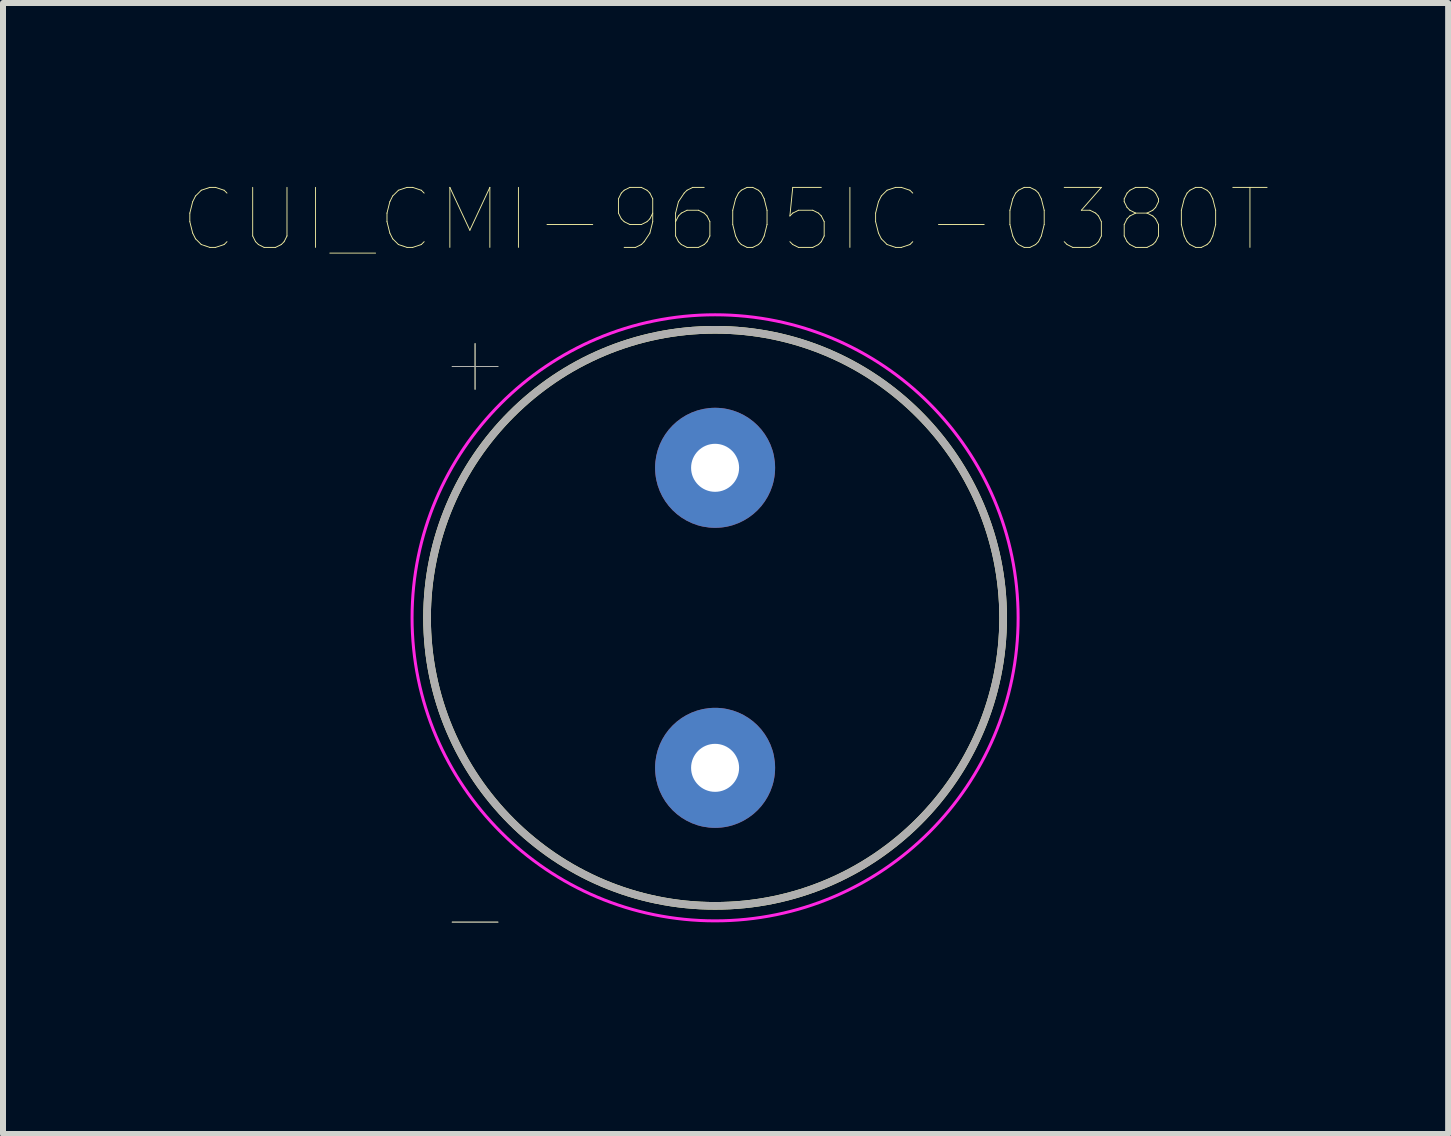
<source format=kicad_pcb>
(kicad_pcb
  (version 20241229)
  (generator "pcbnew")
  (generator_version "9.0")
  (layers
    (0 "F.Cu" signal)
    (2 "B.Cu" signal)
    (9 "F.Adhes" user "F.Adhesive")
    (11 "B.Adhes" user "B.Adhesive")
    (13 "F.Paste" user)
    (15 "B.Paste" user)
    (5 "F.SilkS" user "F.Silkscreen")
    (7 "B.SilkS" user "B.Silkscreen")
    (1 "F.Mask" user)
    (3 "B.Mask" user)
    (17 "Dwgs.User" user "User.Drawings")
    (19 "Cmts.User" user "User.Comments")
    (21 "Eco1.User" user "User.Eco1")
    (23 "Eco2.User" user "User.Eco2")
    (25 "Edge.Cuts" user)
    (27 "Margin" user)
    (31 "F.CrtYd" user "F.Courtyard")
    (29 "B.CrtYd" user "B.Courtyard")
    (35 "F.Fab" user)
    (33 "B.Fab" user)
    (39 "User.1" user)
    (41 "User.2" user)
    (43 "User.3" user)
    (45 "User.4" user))
  (footprint "CUI_CMI-9605IC-0380T"
    (layer "F.Cu")
    (at 8.867 7.246)
    (property "Reference" "CUI_CMI-9605IC-0380T" (at 0.175 -6.635 0) (layer "F.SilkS") (effects (font (size 1 1) (thickness 0.015))))
    (attr through_hole)
    (fp_circle (center 0 0) (end 4.8 0) (stroke (width 0.127) (type solid)) (fill no) (layer "F.SilkS"))
    (fp_circle (center 0 0) (end 5.05 0) (stroke (width 0.05) (type solid)) (fill no) (layer "F.CrtYd"))
    (fp_circle (center 0 0) (end 4.8 0) (stroke (width 0.127) (type solid)) (fill no) (layer "F.Fab"))
    (fp_text user "+" (at -4 -4.27 0) (layer "F.SilkS") (effects (font (size 1 1) (thickness 0.015))))
    (fp_text user "-" (at -4 4.99 0) (layer "F.SilkS") (effects (font (size 1 1) (thickness 0.015))))
    (fp_text user "-" (at -4 4.99 0) (layer "F.Fab") (effects (font (size 1 1) (thickness 0.015))))
    (fp_text user "+" (at -4 -4.27 0) (layer "F.Fab") (effects (font (size 1 1) (thickness 0.015))))
    (pad "N" thru_hole circle (at 0 2.5) (size 2 2) (drill 0.8) (layers "*.Cu" "*.Mask"))
    (pad "P" thru_hole circle (at 0 -2.5) (size 2 2) (drill 0.8) (layers "*.Cu" "*.Mask")))
  (gr_rect
    (start -3 -3)
    (end 21.083 15.848)
    (stroke (width 0.1) (type default))
    (fill no)
    (layer "Edge.Cuts")))
</source>
